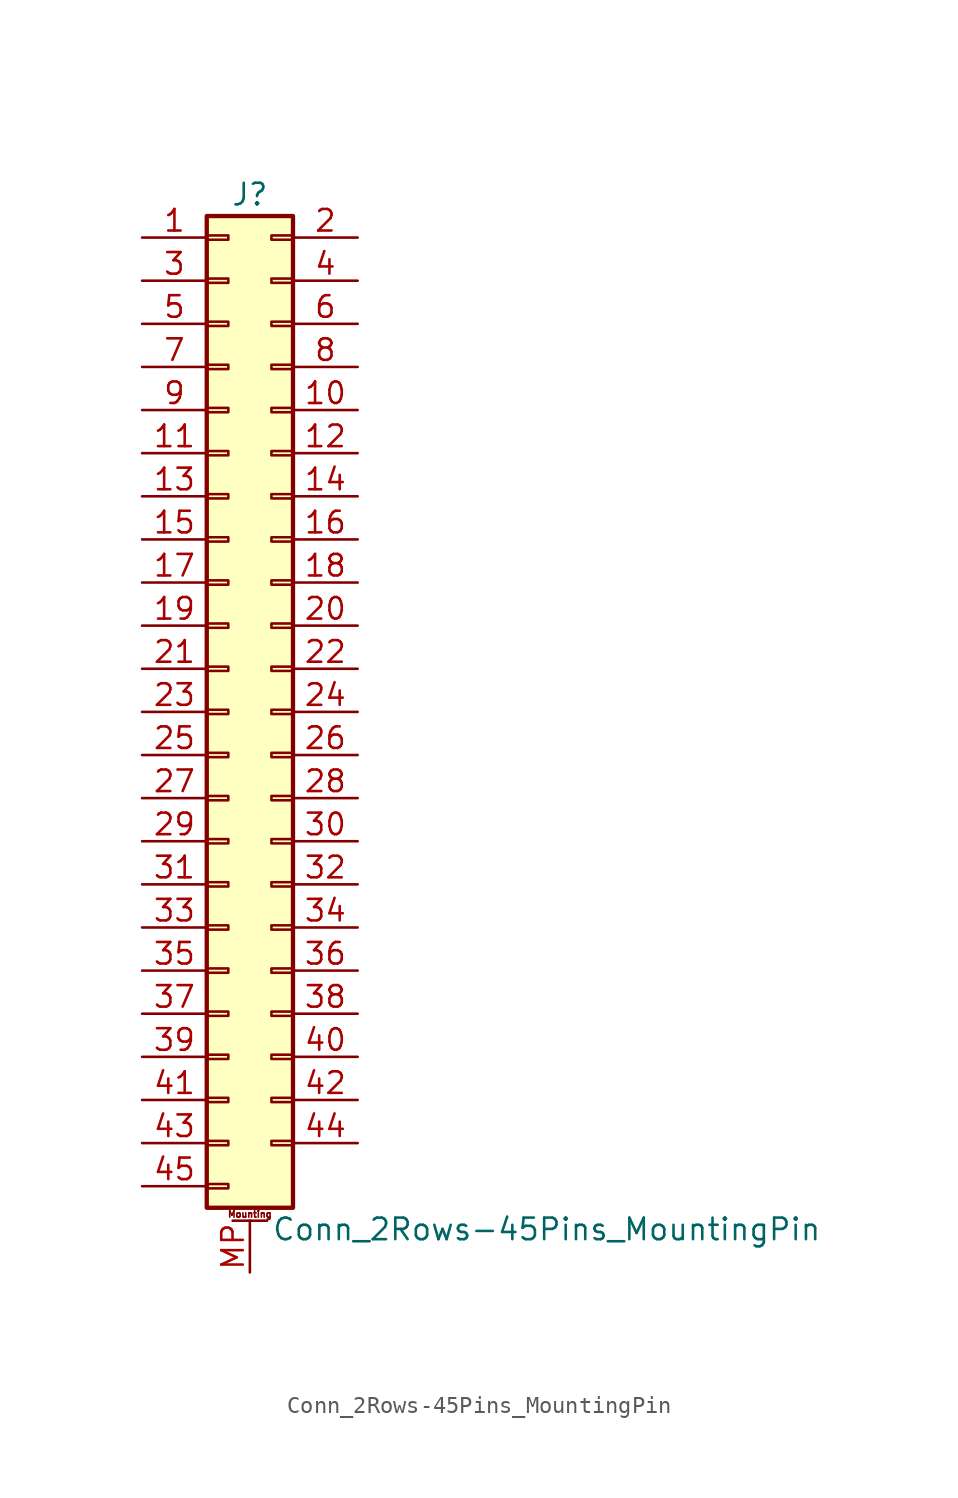
<source format=kicad_sym>
(kicad_symbol_lib
  (version 20201005)
  (generator kicad_symbol_editor)
  (symbol "Connector_Generic_MountingPin:Conn_2Rows-45Pins_MountingPin"
    (pin_names
      (offset 1.016) hide)
    (property "Reference" "J"
      (at 1.27 30.48 0)
      (effects (font (size 1.27 1.27))))
    (property "Value" "Conn_2Rows-45Pins_MountingPin"
      (at 2.54 -30.48 0)
      (effects (font (size 1.27 1.27)) (justify left)))
    (symbol "Conn_2Rows-45Pins_MountingPin_1_1"
      (text "Mounting" (at 1.27 -29.591 0) (effects (font (size 0.381 0.381))))
      (rectangle (start -1.27 -27.813) (end 0 -28.067) (stroke (width 0.152)) (fill (type none)))
      (rectangle (start -1.27 -4.953) (end 0 -5.207) (stroke (width 0.152)) (fill (type none)))
      (rectangle (start -1.27 -7.493) (end 0 -7.747) (stroke (width 0.152)) (fill (type none)))
      (rectangle (start -1.27 -10.033) (end 0 -10.287) (stroke (width 0.152)) (fill (type none)))
      (rectangle (start -1.27 -12.573) (end 0 -12.827) (stroke (width 0.152)) (fill (type none)))
      (rectangle (start -1.27 -15.113) (end 0 -15.367) (stroke (width 0.152)) (fill (type none)))
      (rectangle (start -1.27 -17.653) (end 0 -17.907) (stroke (width 0.152)) (fill (type none)))
      (rectangle (start -1.27 -20.193) (end 0 -20.447) (stroke (width 0.152)) (fill (type none)))
      (rectangle (start -1.27 -22.733) (end 0 -22.987) (stroke (width 0.152)) (fill (type none)))
      (rectangle (start -1.27 -2.413) (end 0 -2.667) (stroke (width 0.152)) (fill (type none)))
      (rectangle (start -1.27 -25.273) (end 0 -25.527) (stroke (width 0.152)) (fill (type none)))
      (rectangle (start -1.27 25.527) (end 0 25.273) (stroke (width 0.152)) (fill (type none)))
      (rectangle (start -1.27 2.667) (end 0 2.413) (stroke (width 0.152)) (fill (type none)))
      (rectangle (start -1.27 28.067) (end 0 27.813) (stroke (width 0.152)) (fill (type none)))
      (rectangle (start -1.27 29.21) (end 3.81 -29.21) (stroke (width 0.254)) (fill (type background)))
      (rectangle (start -1.27 5.207) (end 0 4.953) (stroke (width 0.152)) (fill (type none)))
      (rectangle (start -1.27 7.747) (end 0 7.493) (stroke (width 0.152)) (fill (type none)))
      (rectangle (start -1.27 10.287) (end 0 10.033) (stroke (width 0.152)) (fill (type none)))
      (rectangle (start -1.27 0.127) (end 0 -0.127) (stroke (width 0.152)) (fill (type none)))
      (rectangle (start -1.27 12.827) (end 0 12.573) (stroke (width 0.152)) (fill (type none)))
      (rectangle (start -1.27 15.367) (end 0 15.113) (stroke (width 0.152)) (fill (type none)))
      (rectangle (start -1.27 17.907) (end 0 17.653) (stroke (width 0.152)) (fill (type none)))
      (rectangle (start -1.27 20.447) (end 0 20.193) (stroke (width 0.152)) (fill (type none)))
      (rectangle (start -1.27 22.987) (end 0 22.733) (stroke (width 0.152)) (fill (type none)))
      (rectangle (start 3.81 -4.953) (end 2.54 -5.207) (stroke (width 0.152)) (fill (type none)))
      (rectangle (start 3.81 -7.493) (end 2.54 -7.747) (stroke (width 0.152)) (fill (type none)))
      (rectangle (start 3.81 -10.033) (end 2.54 -10.287) (stroke (width 0.152)) (fill (type none)))
      (rectangle (start 3.81 -12.573) (end 2.54 -12.827) (stroke (width 0.152)) (fill (type none)))
      (rectangle (start 3.81 -15.113) (end 2.54 -15.367) (stroke (width 0.152)) (fill (type none)))
      (rectangle (start 3.81 -17.653) (end 2.54 -17.907) (stroke (width 0.152)) (fill (type none)))
      (rectangle (start 3.81 -20.193) (end 2.54 -20.447) (stroke (width 0.152)) (fill (type none)))
      (rectangle (start 3.81 -22.733) (end 2.54 -22.987) (stroke (width 0.152)) (fill (type none)))
      (rectangle (start 3.81 -2.413) (end 2.54 -2.667) (stroke (width 0.152)) (fill (type none)))
      (rectangle (start 3.81 -25.273) (end 2.54 -25.527) (stroke (width 0.152)) (fill (type none)))
      (rectangle (start 3.81 25.527) (end 2.54 25.273) (stroke (width 0.152)) (fill (type none)))
      (rectangle (start 3.81 2.667) (end 2.54 2.413) (stroke (width 0.152)) (fill (type none)))
      (rectangle (start 3.81 28.067) (end 2.54 27.813) (stroke (width 0.152)) (fill (type none)))
      (rectangle (start 3.81 5.207) (end 2.54 4.953) (stroke (width 0.152)) (fill (type none)))
      (rectangle (start 3.81 7.747) (end 2.54 7.493) (stroke (width 0.152)) (fill (type none)))
      (rectangle (start 3.81 10.287) (end 2.54 10.033) (stroke (width 0.152)) (fill (type none)))
      (rectangle (start 3.81 0.127) (end 2.54 -0.127) (stroke (width 0.152)) (fill (type none)))
      (rectangle (start 3.81 12.827) (end 2.54 12.573) (stroke (width 0.152)) (fill (type none)))
      (rectangle (start 3.81 15.367) (end 2.54 15.113) (stroke (width 0.152)) (fill (type none)))
      (rectangle (start 3.81 17.907) (end 2.54 17.653) (stroke (width 0.152)) (fill (type none)))
      (rectangle (start 3.81 20.447) (end 2.54 20.193) (stroke (width 0.152)) (fill (type none)))
      (rectangle (start 3.81 22.987) (end 2.54 22.733) (stroke (width 0.152)) (fill (type none)))
      (polyline (pts (xy 0.254 -29.972) (xy 2.286 -29.972)) (stroke (width 0.152)) (fill (type none)))
      (pin passive line (at 1.27 -33.02 90) (length 3.048) (name "MountPin" (effects (font (size 1.27 1.27)))) (number "MP" (effects (font (size 1.27 1.27)))))
      (pin passive line (at -5.08 27.94 0) (length 3.81) (name "Pin_1" (effects (font (size 1.27 1.27)))) (number "1" (effects (font (size 1.27 1.27)))))
      (pin passive line (at 7.62 17.78 180) (length 3.81) (name "Pin_10" (effects (font (size 1.27 1.27)))) (number "10" (effects (font (size 1.27 1.27)))))
      (pin passive line (at -5.08 15.24 0) (length 3.81) (name "Pin_11" (effects (font (size 1.27 1.27)))) (number "11" (effects (font (size 1.27 1.27)))))
      (pin passive line (at 7.62 15.24 180) (length 3.81) (name "Pin_12" (effects (font (size 1.27 1.27)))) (number "12" (effects (font (size 1.27 1.27)))))
      (pin passive line (at -5.08 12.7 0) (length 3.81) (name "Pin_13" (effects (font (size 1.27 1.27)))) (number "13" (effects (font (size 1.27 1.27)))))
      (pin passive line (at 7.62 12.7 180) (length 3.81) (name "Pin_14" (effects (font (size 1.27 1.27)))) (number "14" (effects (font (size 1.27 1.27)))))
      (pin passive line (at -5.08 10.16 0) (length 3.81) (name "Pin_15" (effects (font (size 1.27 1.27)))) (number "15" (effects (font (size 1.27 1.27)))))
      (pin passive line (at 7.62 10.16 180) (length 3.81) (name "Pin_16" (effects (font (size 1.27 1.27)))) (number "16" (effects (font (size 1.27 1.27)))))
      (pin passive line (at -5.08 7.62 0) (length 3.81) (name "Pin_17" (effects (font (size 1.27 1.27)))) (number "17" (effects (font (size 1.27 1.27)))))
      (pin passive line (at 7.62 7.62 180) (length 3.81) (name "Pin_18" (effects (font (size 1.27 1.27)))) (number "18" (effects (font (size 1.27 1.27)))))
      (pin passive line (at -5.08 5.08 0) (length 3.81) (name "Pin_19" (effects (font (size 1.27 1.27)))) (number "19" (effects (font (size 1.27 1.27)))))
      (pin passive line (at 7.62 27.94 180) (length 3.81) (name "Pin_2" (effects (font (size 1.27 1.27)))) (number "2" (effects (font (size 1.27 1.27)))))
      (pin passive line (at 7.62 5.08 180) (length 3.81) (name "Pin_20" (effects (font (size 1.27 1.27)))) (number "20" (effects (font (size 1.27 1.27)))))
      (pin passive line (at -5.08 2.54 0) (length 3.81) (name "Pin_21" (effects (font (size 1.27 1.27)))) (number "21" (effects (font (size 1.27 1.27)))))
      (pin passive line (at 7.62 2.54 180) (length 3.81) (name "Pin_22" (effects (font (size 1.27 1.27)))) (number "22" (effects (font (size 1.27 1.27)))))
      (pin passive line (at -5.08 0 0) (length 3.81) (name "Pin_23" (effects (font (size 1.27 1.27)))) (number "23" (effects (font (size 1.27 1.27)))))
      (pin passive line (at 7.62 0 180) (length 3.81) (name "Pin_24" (effects (font (size 1.27 1.27)))) (number "24" (effects (font (size 1.27 1.27)))))
      (pin passive line (at -5.08 -2.54 0) (length 3.81) (name "Pin_25" (effects (font (size 1.27 1.27)))) (number "25" (effects (font (size 1.27 1.27)))))
      (pin passive line (at 7.62 -2.54 180) (length 3.81) (name "Pin_26" (effects (font (size 1.27 1.27)))) (number "26" (effects (font (size 1.27 1.27)))))
      (pin passive line (at -5.08 -5.08 0) (length 3.81) (name "Pin_27" (effects (font (size 1.27 1.27)))) (number "27" (effects (font (size 1.27 1.27)))))
      (pin passive line (at 7.62 -5.08 180) (length 3.81) (name "Pin_28" (effects (font (size 1.27 1.27)))) (number "28" (effects (font (size 1.27 1.27)))))
      (pin passive line (at -5.08 -7.62 0) (length 3.81) (name "Pin_29" (effects (font (size 1.27 1.27)))) (number "29" (effects (font (size 1.27 1.27)))))
      (pin passive line (at -5.08 25.4 0) (length 3.81) (name "Pin_3" (effects (font (size 1.27 1.27)))) (number "3" (effects (font (size 1.27 1.27)))))
      (pin passive line (at 7.62 -7.62 180) (length 3.81) (name "Pin_30" (effects (font (size 1.27 1.27)))) (number "30" (effects (font (size 1.27 1.27)))))
      (pin passive line (at -5.08 -10.16 0) (length 3.81) (name "Pin_31" (effects (font (size 1.27 1.27)))) (number "31" (effects (font (size 1.27 1.27)))))
      (pin passive line (at 7.62 -10.16 180) (length 3.81) (name "Pin_32" (effects (font (size 1.27 1.27)))) (number "32" (effects (font (size 1.27 1.27)))))
      (pin passive line (at -5.08 -12.7 0) (length 3.81) (name "Pin_33" (effects (font (size 1.27 1.27)))) (number "33" (effects (font (size 1.27 1.27)))))
      (pin passive line (at 7.62 -12.7 180) (length 3.81) (name "Pin_34" (effects (font (size 1.27 1.27)))) (number "34" (effects (font (size 1.27 1.27)))))
      (pin passive line (at -5.08 -15.24 0) (length 3.81) (name "Pin_35" (effects (font (size 1.27 1.27)))) (number "35" (effects (font (size 1.27 1.27)))))
      (pin passive line (at 7.62 -15.24 180) (length 3.81) (name "Pin_36" (effects (font (size 1.27 1.27)))) (number "36" (effects (font (size 1.27 1.27)))))
      (pin passive line (at -5.08 -17.78 0) (length 3.81) (name "Pin_37" (effects (font (size 1.27 1.27)))) (number "37" (effects (font (size 1.27 1.27)))))
      (pin passive line (at 7.62 -17.78 180) (length 3.81) (name "Pin_38" (effects (font (size 1.27 1.27)))) (number "38" (effects (font (size 1.27 1.27)))))
      (pin passive line (at -5.08 -20.32 0) (length 3.81) (name "Pin_39" (effects (font (size 1.27 1.27)))) (number "39" (effects (font (size 1.27 1.27)))))
      (pin passive line (at 7.62 25.4 180) (length 3.81) (name "Pin_4" (effects (font (size 1.27 1.27)))) (number "4" (effects (font (size 1.27 1.27)))))
      (pin passive line (at 7.62 -20.32 180) (length 3.81) (name "Pin_40" (effects (font (size 1.27 1.27)))) (number "40" (effects (font (size 1.27 1.27)))))
      (pin passive line (at -5.08 -22.86 0) (length 3.81) (name "Pin_41" (effects (font (size 1.27 1.27)))) (number "41" (effects (font (size 1.27 1.27)))))
      (pin passive line (at 7.62 -22.86 180) (length 3.81) (name "Pin_42" (effects (font (size 1.27 1.27)))) (number "42" (effects (font (size 1.27 1.27)))))
      (pin passive line (at -5.08 -25.4 0) (length 3.81) (name "Pin_43" (effects (font (size 1.27 1.27)))) (number "43" (effects (font (size 1.27 1.27)))))
      (pin passive line (at 7.62 -25.4 180) (length 3.81) (name "Pin_44" (effects (font (size 1.27 1.27)))) (number "44" (effects (font (size 1.27 1.27)))))
      (pin passive line (at -5.08 -27.94 0) (length 3.81) (name "Pin_45" (effects (font (size 1.27 1.27)))) (number "45" (effects (font (size 1.27 1.27)))))
      (pin passive line (at -5.08 22.86 0) (length 3.81) (name "Pin_5" (effects (font (size 1.27 1.27)))) (number "5" (effects (font (size 1.27 1.27)))))
      (pin passive line (at 7.62 22.86 180) (length 3.81) (name "Pin_6" (effects (font (size 1.27 1.27)))) (number "6" (effects (font (size 1.27 1.27)))))
      (pin passive line (at -5.08 20.32 0) (length 3.81) (name "Pin_7" (effects (font (size 1.27 1.27)))) (number "7" (effects (font (size 1.27 1.27)))))
      (pin passive line (at 7.62 20.32 180) (length 3.81) (name "Pin_8" (effects (font (size 1.27 1.27)))) (number "8" (effects (font (size 1.27 1.27)))))
      (pin passive line (at -5.08 17.78 0) (length 3.81) (name "Pin_9" (effects (font (size 1.27 1.27)))) (number "9" (effects (font (size 1.27 1.27))))))))
</source>
